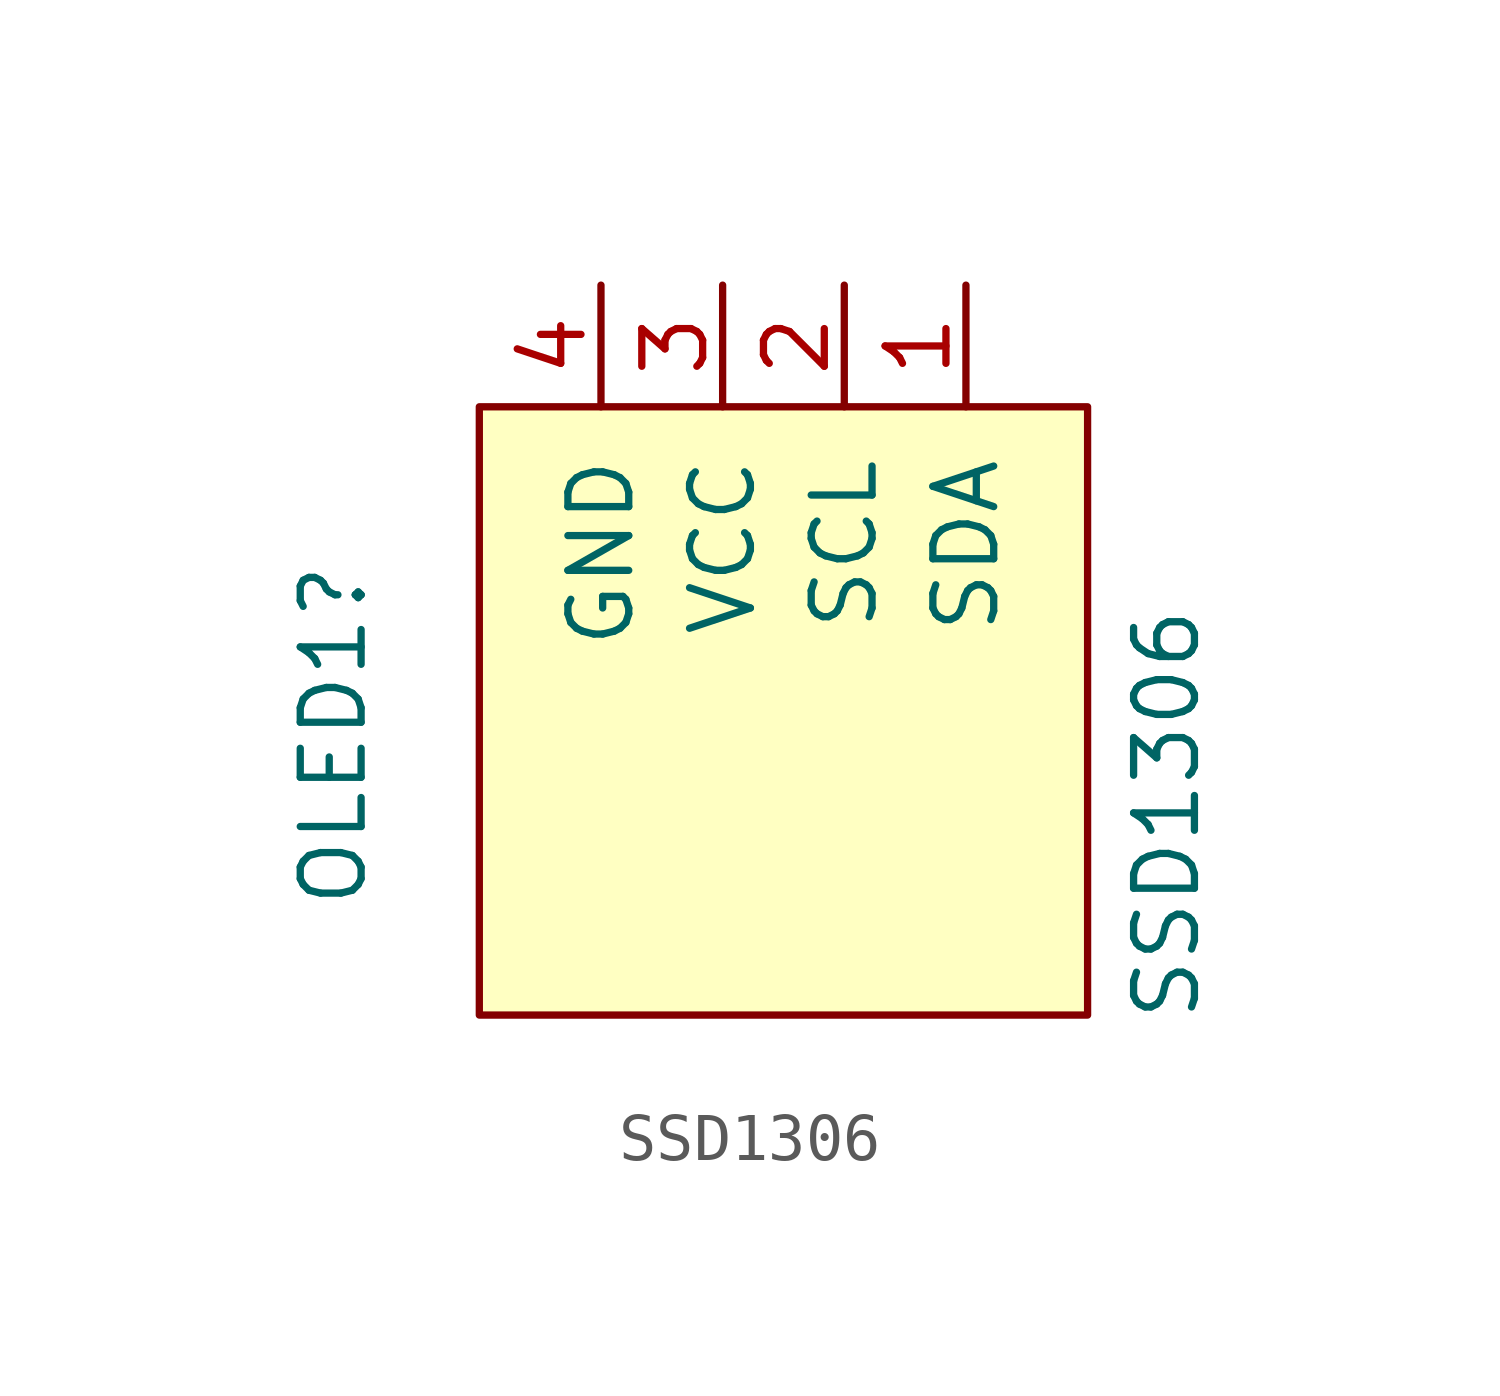
<source format=kicad_sym>
(kicad_symbol_lib
  (version 20211014)
  (generator kicad_symbol_editor)
  (symbol "SSD1306"
    (pin_names
      (offset 1.016))
    (property "Reference" "OLED1"
      (at -9.398 -0.508 90)
      (effects (font (size 1.27 1.27))))
    (property "Value" "SSD1306"
      (at 8.001 -2.159 90)
      (effects (font (size 1.27 1.27))))
    (symbol "SSD1306_0_1"
      (rectangle (start -6.35 6.35) (end 6.35 -6.35) (stroke (width 0) (type default) (color 0 0 0 0)) (fill (type background))))
    (symbol "SSD1306_1_1"
      (pin input line (at 3.81 8.89 270) (length 2.54) (name "SDA" (effects (font (size 1.27 1.27)))) (number "1" (effects (font (size 1.27 1.27)))))
      (pin input line (at 1.27 8.89 270) (length 2.54) (name "SCL" (effects (font (size 1.27 1.27)))) (number "2" (effects (font (size 1.27 1.27)))))
      (pin input line (at -1.27 8.89 270) (length 2.54) (name "VCC" (effects (font (size 1.27 1.27)))) (number "3" (effects (font (size 1.27 1.27)))))
      (pin input line (at -3.81 8.89 270) (length 2.54) (name "GND" (effects (font (size 1.27 1.27)))) (number "4" (effects (font (size 1.27 1.27))))))))
</source>
